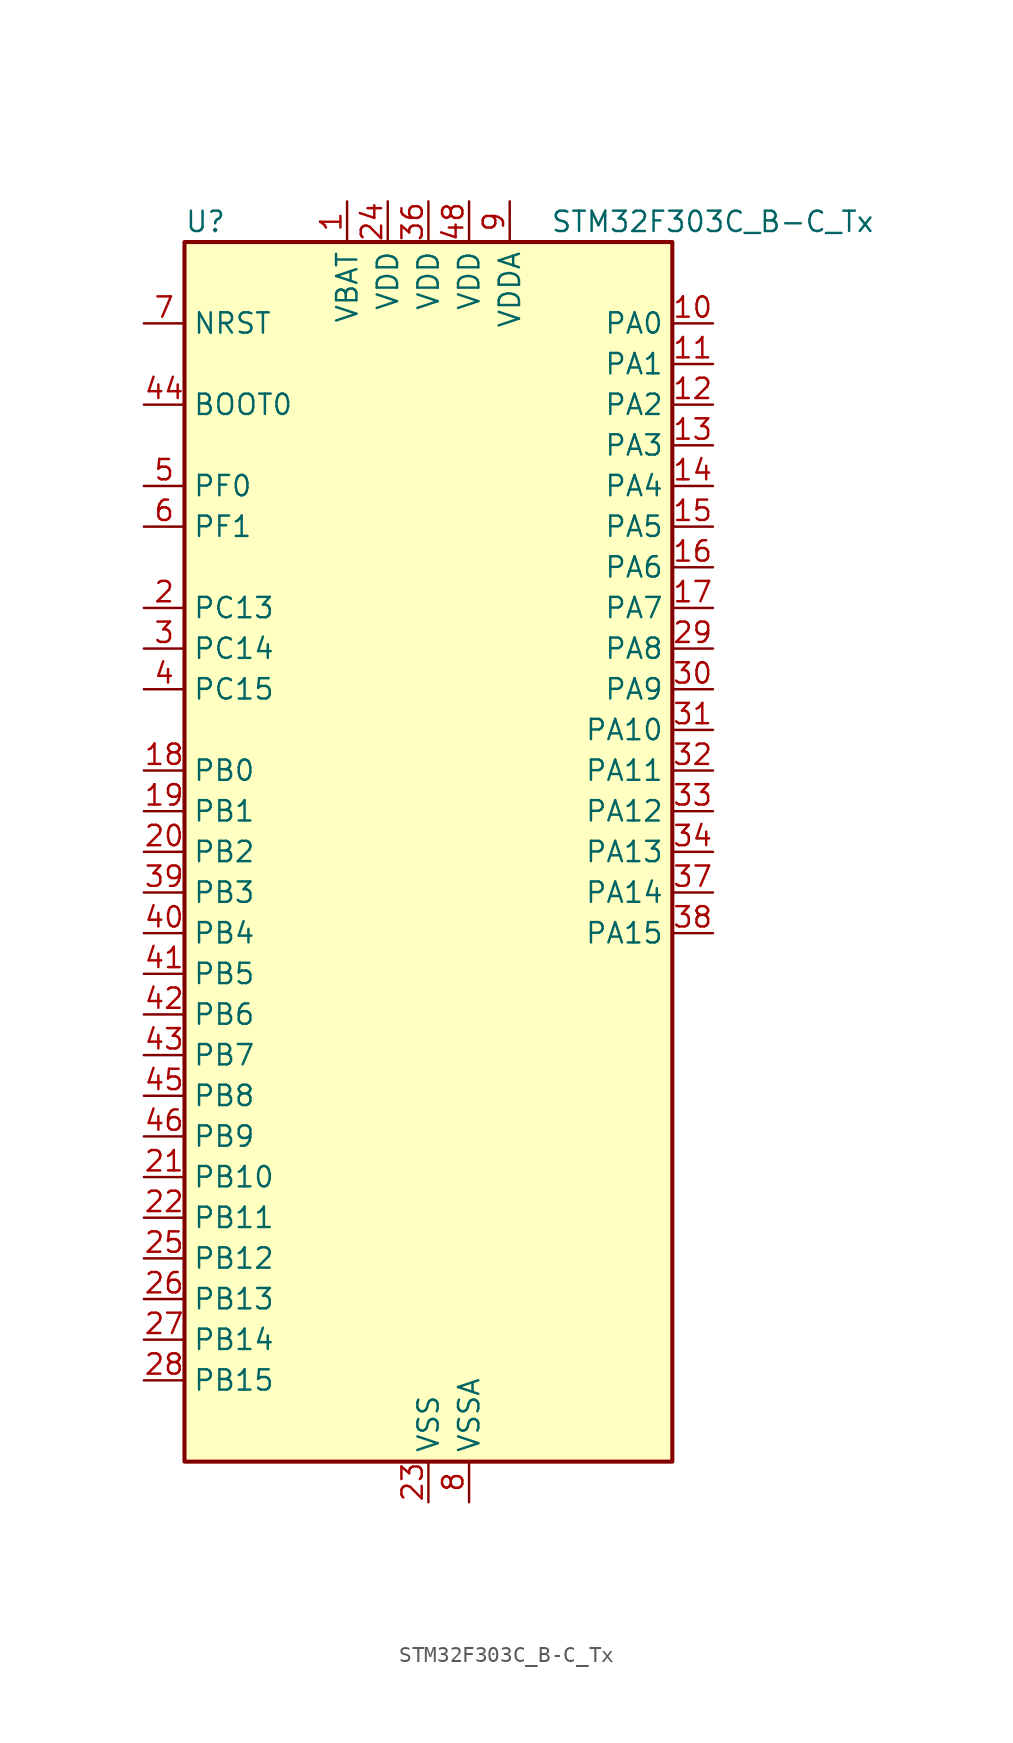
<source format=kicad_sym>
(kicad_symbol_lib
  (version 20241209)
  (generator "kicad_symbol_editor")
  (generator_version "9.0")
  (symbol "STM32F303C_B-C_Tx"
    (property "Reference" "U"
      (at -15.24 39.37 0)
      (effects (font (size 1.27 1.27)) (justify left)))
    (property "Value" "STM32F303C_B-C_Tx"
      (at 7.62 39.37 0)
      (effects (font (size 1.27 1.27)) (justify left)))
    (symbol "STM32F303C_B-C_Tx_0_1"
      (rectangle (start -15.24 -38.1) (end 15.24 38.1) (stroke (width 0.254) (type default)) (fill (type background))))
    (symbol "STM32F303C_B-C_Tx_1_1"
      (pin input line (at -17.78 33.02 0) (length 2.54) (name "NRST" (effects (font (size 1.27 1.27)))) (number "7" (effects (font (size 1.27 1.27)))))
      (pin input line (at -17.78 27.94 0) (length 2.54) (name "BOOT0" (effects (font (size 1.27 1.27)))) (number "44" (effects (font (size 1.27 1.27)))))
      (pin bidirectional line (at -17.78 22.86 0) (length 2.54) (name "PF0" (effects (font (size 1.27 1.27)))) (number "5" (effects (font (size 1.27 1.27)))) (alternate "I2C2_SDA" bidirectional line) (alternate "RCC_OSC_IN" bidirectional line) (alternate "TIM1_CH3N" bidirectional line))
      (pin bidirectional line (at -17.78 20.32 0) (length 2.54) (name "PF1" (effects (font (size 1.27 1.27)))) (number "6" (effects (font (size 1.27 1.27)))) (alternate "I2C2_SCL" bidirectional line) (alternate "RCC_OSC_OUT" bidirectional line))
      (pin bidirectional line (at -17.78 15.24 0) (length 2.54) (name "PC13" (effects (font (size 1.27 1.27)))) (number "2" (effects (font (size 1.27 1.27)))) (alternate "RTC_OUT_ALARM" bidirectional line) (alternate "RTC_OUT_CALIB" bidirectional line) (alternate "RTC_TAMP1" bidirectional line) (alternate "RTC_TS" bidirectional line) (alternate "SYS_WKUP2" bidirectional line) (alternate "TIM1_CH1N" bidirectional line))
      (pin bidirectional line (at -17.78 12.7 0) (length 2.54) (name "PC14" (effects (font (size 1.27 1.27)))) (number "3" (effects (font (size 1.27 1.27)))) (alternate "RCC_OSC32_IN" bidirectional line))
      (pin bidirectional line (at -17.78 10.16 0) (length 2.54) (name "PC15" (effects (font (size 1.27 1.27)))) (number "4" (effects (font (size 1.27 1.27)))) (alternate "ADC1_EXTI15" bidirectional line) (alternate "ADC2_EXTI15" bidirectional line) (alternate "RCC_OSC32_OUT" bidirectional line))
      (pin bidirectional line (at -17.78 5.08 0) (length 2.54) (name "PB0" (effects (font (size 1.27 1.27)))) (number "18" (effects (font (size 1.27 1.27)))) (alternate "ADC3_IN12" bidirectional line) (alternate "COMP4_INP" bidirectional line) (alternate "OPAMP2_VINP" bidirectional line) (alternate "OPAMP2_VINP_SEC" bidirectional line) (alternate "OPAMP3_VINP" bidirectional line) (alternate "OPAMP3_VINP_SEC" bidirectional line) (alternate "TIM1_CH2N" bidirectional line) (alternate "TIM3_CH3" bidirectional line) (alternate "TIM8_CH2N" bidirectional line) (alternate "TSC_G3_IO2" bidirectional line))
      (pin bidirectional line (at -17.78 2.54 0) (length 2.54) (name "PB1" (effects (font (size 1.27 1.27)))) (number "19" (effects (font (size 1.27 1.27)))) (alternate "ADC3_IN1" bidirectional line) (alternate "COMP4_OUT" bidirectional line) (alternate "OPAMP3_VOUT" bidirectional line) (alternate "TIM1_CH3N" bidirectional line) (alternate "TIM3_CH4" bidirectional line) (alternate "TIM8_CH3N" bidirectional line) (alternate "TSC_G3_IO3" bidirectional line))
      (pin bidirectional line (at -17.78 0 0) (length 2.54) (name "PB2" (effects (font (size 1.27 1.27)))) (number "20" (effects (font (size 1.27 1.27)))) (alternate "ADC2_IN12" bidirectional line) (alternate "ADC3_EXTI2" bidirectional line) (alternate "ADC4_EXTI2" bidirectional line) (alternate "COMP4_INM" bidirectional line) (alternate "OPAMP3_VINM" bidirectional line) (alternate "OPAMP3_VINM_SEC" bidirectional line) (alternate "TSC_G3_IO4" bidirectional line))
      (pin bidirectional line (at -17.78 -2.54 0) (length 2.54) (name "PB3" (effects (font (size 1.27 1.27)))) (number "39" (effects (font (size 1.27 1.27)))) (alternate "I2S3_CK" bidirectional line) (alternate "SPI1_SCK" bidirectional line) (alternate "SPI3_SCK" bidirectional line) (alternate "SYS_JTDO-TRACESWO" bidirectional line) (alternate "TIM2_CH2" bidirectional line) (alternate "TIM3_ETR" bidirectional line) (alternate "TIM4_ETR" bidirectional line) (alternate "TIM8_CH1N" bidirectional line) (alternate "TSC_G5_IO1" bidirectional line) (alternate "USART2_TX" bidirectional line))
      (pin bidirectional line (at -17.78 -5.08 0) (length 2.54) (name "PB4" (effects (font (size 1.27 1.27)))) (number "40" (effects (font (size 1.27 1.27)))) (alternate "I2S3_ext_SD" bidirectional line) (alternate "SPI1_MISO" bidirectional line) (alternate "SPI3_MISO" bidirectional line) (alternate "SYS_NJTRST" bidirectional line) (alternate "TIM16_CH1" bidirectional line) (alternate "TIM17_BKIN" bidirectional line) (alternate "TIM3_CH1" bidirectional line) (alternate "TIM8_CH2N" bidirectional line) (alternate "TSC_G5_IO2" bidirectional line) (alternate "USART2_RX" bidirectional line))
      (pin bidirectional line (at -17.78 -7.62 0) (length 2.54) (name "PB5" (effects (font (size 1.27 1.27)))) (number "41" (effects (font (size 1.27 1.27)))) (alternate "I2C1_SMBA" bidirectional line) (alternate "I2S3_SD" bidirectional line) (alternate "SPI1_MOSI" bidirectional line) (alternate "SPI3_MOSI" bidirectional line) (alternate "TIM16_BKIN" bidirectional line) (alternate "TIM17_CH1" bidirectional line) (alternate "TIM3_CH2" bidirectional line) (alternate "TIM8_CH3N" bidirectional line) (alternate "USART2_CK" bidirectional line))
      (pin bidirectional line (at -17.78 -10.16 0) (length 2.54) (name "PB6" (effects (font (size 1.27 1.27)))) (number "42" (effects (font (size 1.27 1.27)))) (alternate "I2C1_SCL" bidirectional line) (alternate "TIM16_CH1N" bidirectional line) (alternate "TIM4_CH1" bidirectional line) (alternate "TIM8_BKIN2" bidirectional line) (alternate "TIM8_CH1" bidirectional line) (alternate "TIM8_ETR" bidirectional line) (alternate "TSC_G5_IO3" bidirectional line) (alternate "USART1_TX" bidirectional line))
      (pin bidirectional line (at -17.78 -12.7 0) (length 2.54) (name "PB7" (effects (font (size 1.27 1.27)))) (number "43" (effects (font (size 1.27 1.27)))) (alternate "I2C1_SDA" bidirectional line) (alternate "TIM17_CH1N" bidirectional line) (alternate "TIM3_CH4" bidirectional line) (alternate "TIM4_CH2" bidirectional line) (alternate "TIM8_BKIN" bidirectional line) (alternate "TSC_G5_IO4" bidirectional line) (alternate "USART1_RX" bidirectional line))
      (pin bidirectional line (at -17.78 -15.24 0) (length 2.54) (name "PB8" (effects (font (size 1.27 1.27)))) (number "45" (effects (font (size 1.27 1.27)))) (alternate "CAN_RX" bidirectional line) (alternate "COMP1_OUT" bidirectional line) (alternate "I2C1_SCL" bidirectional line) (alternate "TIM16_CH1" bidirectional line) (alternate "TIM1_BKIN" bidirectional line) (alternate "TIM4_CH3" bidirectional line) (alternate "TIM8_CH2" bidirectional line) (alternate "TSC_SYNC" bidirectional line))
      (pin bidirectional line (at -17.78 -17.78 0) (length 2.54) (name "PB9" (effects (font (size 1.27 1.27)))) (number "46" (effects (font (size 1.27 1.27)))) (alternate "CAN_TX" bidirectional line) (alternate "COMP2_OUT" bidirectional line) (alternate "DAC_EXTI9" bidirectional line) (alternate "I2C1_SDA" bidirectional line) (alternate "IR_OUT" bidirectional line) (alternate "TIM17_CH1" bidirectional line) (alternate "TIM4_CH4" bidirectional line) (alternate "TIM8_CH3" bidirectional line))
      (pin bidirectional line (at -17.78 -20.32 0) (length 2.54) (name "PB10" (effects (font (size 1.27 1.27)))) (number "21" (effects (font (size 1.27 1.27)))) (alternate "COMP5_INM" bidirectional line) (alternate "OPAMP3_VINM" bidirectional line) (alternate "OPAMP3_VINM_SEC" bidirectional line) (alternate "OPAMP4_VINM" bidirectional line) (alternate "OPAMP4_VINM_SEC" bidirectional line) (alternate "TIM2_CH3" bidirectional line) (alternate "TSC_SYNC" bidirectional line) (alternate "USART3_TX" bidirectional line))
      (pin bidirectional line (at -17.78 -22.86 0) (length 2.54) (name "PB11" (effects (font (size 1.27 1.27)))) (number "22" (effects (font (size 1.27 1.27)))) (alternate "ADC1_EXTI11" bidirectional line) (alternate "ADC2_EXTI11" bidirectional line) (alternate "COMP6_INP" bidirectional line) (alternate "OPAMP4_VINP" bidirectional line) (alternate "OPAMP4_VINP_SEC" bidirectional line) (alternate "TIM2_CH4" bidirectional line) (alternate "TSC_G6_IO1" bidirectional line) (alternate "USART3_RX" bidirectional line))
      (pin bidirectional line (at -17.78 -25.4 0) (length 2.54) (name "PB12" (effects (font (size 1.27 1.27)))) (number "25" (effects (font (size 1.27 1.27)))) (alternate "ADC4_IN3" bidirectional line) (alternate "COMP3_INM" bidirectional line) (alternate "I2C2_SMBA" bidirectional line) (alternate "I2S2_WS" bidirectional line) (alternate "OPAMP4_VOUT" bidirectional line) (alternate "SPI2_NSS" bidirectional line) (alternate "TIM1_BKIN" bidirectional line) (alternate "TSC_G6_IO2" bidirectional line) (alternate "USART3_CK" bidirectional line))
      (pin bidirectional line (at -17.78 -27.94 0) (length 2.54) (name "PB13" (effects (font (size 1.27 1.27)))) (number "26" (effects (font (size 1.27 1.27)))) (alternate "ADC3_IN5" bidirectional line) (alternate "COMP5_INP" bidirectional line) (alternate "I2S2_CK" bidirectional line) (alternate "OPAMP3_VINP" bidirectional line) (alternate "OPAMP3_VINP_SEC" bidirectional line) (alternate "OPAMP4_VINP" bidirectional line) (alternate "OPAMP4_VINP_SEC" bidirectional line) (alternate "SPI2_SCK" bidirectional line) (alternate "TIM1_CH1N" bidirectional line) (alternate "TSC_G6_IO3" bidirectional line) (alternate "USART3_CTS" bidirectional line))
      (pin bidirectional line (at -17.78 -30.48 0) (length 2.54) (name "PB14" (effects (font (size 1.27 1.27)))) (number "27" (effects (font (size 1.27 1.27)))) (alternate "ADC4_IN4" bidirectional line) (alternate "COMP3_INP" bidirectional line) (alternate "I2S2_ext_SD" bidirectional line) (alternate "OPAMP2_VINP" bidirectional line) (alternate "OPAMP2_VINP_SEC" bidirectional line) (alternate "SPI2_MISO" bidirectional line) (alternate "TIM15_CH1" bidirectional line) (alternate "TIM1_CH2N" bidirectional line) (alternate "TSC_G6_IO4" bidirectional line) (alternate "USART3_DE" bidirectional line) (alternate "USART3_RTS" bidirectional line))
      (pin bidirectional line (at -17.78 -33.02 0) (length 2.54) (name "PB15" (effects (font (size 1.27 1.27)))) (number "28" (effects (font (size 1.27 1.27)))) (alternate "ADC1_EXTI15" bidirectional line) (alternate "ADC2_EXTI15" bidirectional line) (alternate "ADC4_IN5" bidirectional line) (alternate "COMP6_INM" bidirectional line) (alternate "I2S2_SD" bidirectional line) (alternate "RTC_REFIN" bidirectional line) (alternate "SPI2_MOSI" bidirectional line) (alternate "TIM15_CH1N" bidirectional line) (alternate "TIM15_CH2" bidirectional line) (alternate "TIM1_CH3N" bidirectional line))
      (pin power_in line (at -5.08 40.64 270) (length 2.54) (name "VBAT" (effects (font (size 1.27 1.27)))) (number "1" (effects (font (size 1.27 1.27)))))
      (pin power_in line (at -2.54 40.64 270) (length 2.54) (name "VDD" (effects (font (size 1.27 1.27)))) (number "24" (effects (font (size 1.27 1.27)))))
      (pin power_in line (at 0 40.64 270) (length 2.54) (name "VDD" (effects (font (size 1.27 1.27)))) (number "36" (effects (font (size 1.27 1.27)))))
      (pin power_in line (at 0 -40.64 90) (length 2.54) (name "VSS" (effects (font (size 1.27 1.27)))) (number "23" (effects (font (size 1.27 1.27)))))
      (pin passive line (at 0 -40.64 90) (length 2.54) (hide yes) (name "VSS" (effects (font (size 1.27 1.27)))) (number "35" (effects (font (size 1.27 1.27)))))
      (pin passive line (at 0 -40.64 90) (length 2.54) (hide yes) (name "VSS" (effects (font (size 1.27 1.27)))) (number "47" (effects (font (size 1.27 1.27)))))
      (pin power_in line (at 2.54 40.64 270) (length 2.54) (name "VDD" (effects (font (size 1.27 1.27)))) (number "48" (effects (font (size 1.27 1.27)))))
      (pin power_in line (at 2.54 -40.64 90) (length 2.54) (name "VSSA" (effects (font (size 1.27 1.27)))) (number "8" (effects (font (size 1.27 1.27)))))
      (pin power_in line (at 5.08 40.64 270) (length 2.54) (name "VDDA" (effects (font (size 1.27 1.27)))) (number "9" (effects (font (size 1.27 1.27)))))
      (pin bidirectional line (at 17.78 33.02 180) (length 2.54) (name "PA0" (effects (font (size 1.27 1.27)))) (number "10" (effects (font (size 1.27 1.27)))) (alternate "ADC1_IN1" bidirectional line) (alternate "COMP1_INM" bidirectional line) (alternate "COMP1_OUT" bidirectional line) (alternate "COMP7_INP" bidirectional line) (alternate "RTC_TAMP2" bidirectional line) (alternate "SYS_WKUP1" bidirectional line) (alternate "TIM2_CH1" bidirectional line) (alternate "TIM2_ETR" bidirectional line) (alternate "TIM8_BKIN" bidirectional line) (alternate "TIM8_ETR" bidirectional line) (alternate "TSC_G1_IO1" bidirectional line) (alternate "USART2_CTS" bidirectional line))
      (pin bidirectional line (at 17.78 30.48 180) (length 2.54) (name "PA1" (effects (font (size 1.27 1.27)))) (number "11" (effects (font (size 1.27 1.27)))) (alternate "ADC1_IN2" bidirectional line) (alternate "COMP1_INP" bidirectional line) (alternate "OPAMP1_VINP" bidirectional line) (alternate "OPAMP1_VINP_SEC" bidirectional line) (alternate "OPAMP3_VINP" bidirectional line) (alternate "OPAMP3_VINP_SEC" bidirectional line) (alternate "RTC_REFIN" bidirectional line) (alternate "TIM15_CH1N" bidirectional line) (alternate "TIM2_CH2" bidirectional line) (alternate "TSC_G1_IO2" bidirectional line) (alternate "USART2_DE" bidirectional line) (alternate "USART2_RTS" bidirectional line))
      (pin bidirectional line (at 17.78 27.94 180) (length 2.54) (name "PA2" (effects (font (size 1.27 1.27)))) (number "12" (effects (font (size 1.27 1.27)))) (alternate "ADC1_IN3" bidirectional line) (alternate "ADC3_EXTI2" bidirectional line) (alternate "ADC4_EXTI2" bidirectional line) (alternate "COMP2_INM" bidirectional line) (alternate "COMP2_OUT" bidirectional line) (alternate "OPAMP1_VOUT" bidirectional line) (alternate "TIM15_CH1" bidirectional line) (alternate "TIM2_CH3" bidirectional line) (alternate "TSC_G1_IO3" bidirectional line) (alternate "USART2_TX" bidirectional line))
      (pin bidirectional line (at 17.78 25.4 180) (length 2.54) (name "PA3" (effects (font (size 1.27 1.27)))) (number "13" (effects (font (size 1.27 1.27)))) (alternate "ADC1_IN4" bidirectional line) (alternate "COMP2_INP" bidirectional line) (alternate "OPAMP1_VINM" bidirectional line) (alternate "OPAMP1_VINM_SEC" bidirectional line) (alternate "OPAMP1_VINP" bidirectional line) (alternate "OPAMP1_VINP_SEC" bidirectional line) (alternate "TIM15_CH2" bidirectional line) (alternate "TIM2_CH4" bidirectional line) (alternate "TSC_G1_IO4" bidirectional line) (alternate "USART2_RX" bidirectional line))
      (pin bidirectional line (at 17.78 22.86 180) (length 2.54) (name "PA4" (effects (font (size 1.27 1.27)))) (number "14" (effects (font (size 1.27 1.27)))) (alternate "ADC2_IN1" bidirectional line) (alternate "COMP1_INM" bidirectional line) (alternate "COMP2_INM" bidirectional line) (alternate "COMP3_INM" bidirectional line) (alternate "COMP4_INM" bidirectional line) (alternate "COMP5_INM" bidirectional line) (alternate "COMP6_INM" bidirectional line) (alternate "COMP7_INM" bidirectional line) (alternate "DAC_OUT1" bidirectional line) (alternate "I2S3_WS" bidirectional line) (alternate "OPAMP4_VINP" bidirectional line) (alternate "OPAMP4_VINP_SEC" bidirectional line) (alternate "SPI1_NSS" bidirectional line) (alternate "SPI3_NSS" bidirectional line) (alternate "TIM3_CH2" bidirectional line) (alternate "TSC_G2_IO1" bidirectional line) (alternate "USART2_CK" bidirectional line))
      (pin bidirectional line (at 17.78 20.32 180) (length 2.54) (name "PA5" (effects (font (size 1.27 1.27)))) (number "15" (effects (font (size 1.27 1.27)))) (alternate "ADC2_IN2" bidirectional line) (alternate "COMP1_INM" bidirectional line) (alternate "COMP2_INM" bidirectional line) (alternate "COMP3_INM" bidirectional line) (alternate "COMP4_INM" bidirectional line) (alternate "COMP5_INM" bidirectional line) (alternate "COMP6_INM" bidirectional line) (alternate "COMP7_INM" bidirectional line) (alternate "DAC_OUT2" bidirectional line) (alternate "OPAMP1_VINP" bidirectional line) (alternate "OPAMP1_VINP_SEC" bidirectional line) (alternate "OPAMP2_VINM" bidirectional line) (alternate "OPAMP2_VINM_SEC" bidirectional line) (alternate "OPAMP3_VINP" bidirectional line) (alternate "OPAMP3_VINP_SEC" bidirectional line) (alternate "SPI1_SCK" bidirectional line) (alternate "TIM2_CH1" bidirectional line) (alternate "TIM2_ETR" bidirectional line) (alternate "TSC_G2_IO2" bidirectional line))
      (pin bidirectional line (at 17.78 17.78 180) (length 2.54) (name "PA6" (effects (font (size 1.27 1.27)))) (number "16" (effects (font (size 1.27 1.27)))) (alternate "ADC2_IN3" bidirectional line) (alternate "COMP1_OUT" bidirectional line) (alternate "OPAMP2_VOUT" bidirectional line) (alternate "SPI1_MISO" bidirectional line) (alternate "TIM16_CH1" bidirectional line) (alternate "TIM1_BKIN" bidirectional line) (alternate "TIM3_CH1" bidirectional line) (alternate "TIM8_BKIN" bidirectional line) (alternate "TSC_G2_IO3" bidirectional line))
      (pin bidirectional line (at 17.78 15.24 180) (length 2.54) (name "PA7" (effects (font (size 1.27 1.27)))) (number "17" (effects (font (size 1.27 1.27)))) (alternate "ADC2_IN4" bidirectional line) (alternate "COMP2_INP" bidirectional line) (alternate "COMP2_OUT" bidirectional line) (alternate "OPAMP1_VINP" bidirectional line) (alternate "OPAMP1_VINP_SEC" bidirectional line) (alternate "OPAMP2_VINP" bidirectional line) (alternate "OPAMP2_VINP_SEC" bidirectional line) (alternate "SPI1_MOSI" bidirectional line) (alternate "TIM17_CH1" bidirectional line) (alternate "TIM1_CH1N" bidirectional line) (alternate "TIM3_CH2" bidirectional line) (alternate "TIM8_CH1N" bidirectional line) (alternate "TSC_G2_IO4" bidirectional line))
      (pin bidirectional line (at 17.78 12.7 180) (length 2.54) (name "PA8" (effects (font (size 1.27 1.27)))) (number "29" (effects (font (size 1.27 1.27)))) (alternate "COMP3_OUT" bidirectional line) (alternate "I2C2_SMBA" bidirectional line) (alternate "I2S2_MCK" bidirectional line) (alternate "RCC_MCO" bidirectional line) (alternate "TIM1_CH1" bidirectional line) (alternate "TIM4_ETR" bidirectional line) (alternate "USART1_CK" bidirectional line))
      (pin bidirectional line (at 17.78 10.16 180) (length 2.54) (name "PA9" (effects (font (size 1.27 1.27)))) (number "30" (effects (font (size 1.27 1.27)))) (alternate "COMP5_OUT" bidirectional line) (alternate "DAC_EXTI9" bidirectional line) (alternate "I2C2_SCL" bidirectional line) (alternate "I2S3_MCK" bidirectional line) (alternate "TIM15_BKIN" bidirectional line) (alternate "TIM1_CH2" bidirectional line) (alternate "TIM2_CH3" bidirectional line) (alternate "TSC_G4_IO1" bidirectional line) (alternate "USART1_TX" bidirectional line))
      (pin bidirectional line (at 17.78 7.62 180) (length 2.54) (name "PA10" (effects (font (size 1.27 1.27)))) (number "31" (effects (font (size 1.27 1.27)))) (alternate "COMP6_OUT" bidirectional line) (alternate "I2C2_SDA" bidirectional line) (alternate "TIM17_BKIN" bidirectional line) (alternate "TIM1_CH3" bidirectional line) (alternate "TIM2_CH4" bidirectional line) (alternate "TIM8_BKIN" bidirectional line) (alternate "TSC_G4_IO2" bidirectional line) (alternate "USART1_RX" bidirectional line))
      (pin bidirectional line (at 17.78 5.08 180) (length 2.54) (name "PA11" (effects (font (size 1.27 1.27)))) (number "32" (effects (font (size 1.27 1.27)))) (alternate "ADC1_EXTI11" bidirectional line) (alternate "ADC2_EXTI11" bidirectional line) (alternate "CAN_RX" bidirectional line) (alternate "COMP1_OUT" bidirectional line) (alternate "TIM1_BKIN2" bidirectional line) (alternate "TIM1_CH1N" bidirectional line) (alternate "TIM1_CH4" bidirectional line) (alternate "TIM4_CH1" bidirectional line) (alternate "USART1_CTS" bidirectional line) (alternate "USB_DM" bidirectional line))
      (pin bidirectional line (at 17.78 2.54 180) (length 2.54) (name "PA12" (effects (font (size 1.27 1.27)))) (number "33" (effects (font (size 1.27 1.27)))) (alternate "CAN_TX" bidirectional line) (alternate "COMP2_OUT" bidirectional line) (alternate "TIM16_CH1" bidirectional line) (alternate "TIM1_CH2N" bidirectional line) (alternate "TIM1_ETR" bidirectional line) (alternate "TIM4_CH2" bidirectional line) (alternate "USART1_DE" bidirectional line) (alternate "USART1_RTS" bidirectional line) (alternate "USB_DP" bidirectional line))
      (pin bidirectional line (at 17.78 0 180) (length 2.54) (name "PA13" (effects (font (size 1.27 1.27)))) (number "34" (effects (font (size 1.27 1.27)))) (alternate "IR_OUT" bidirectional line) (alternate "SYS_JTMS-SWDIO" bidirectional line) (alternate "TIM16_CH1N" bidirectional line) (alternate "TIM4_CH3" bidirectional line) (alternate "TSC_G4_IO3" bidirectional line) (alternate "USART3_CTS" bidirectional line))
      (pin bidirectional line (at 17.78 -2.54 180) (length 2.54) (name "PA14" (effects (font (size 1.27 1.27)))) (number "37" (effects (font (size 1.27 1.27)))) (alternate "I2C1_SDA" bidirectional line) (alternate "SYS_JTCK-SWCLK" bidirectional line) (alternate "TIM1_BKIN" bidirectional line) (alternate "TIM8_CH2" bidirectional line) (alternate "TSC_G4_IO4" bidirectional line) (alternate "USART2_TX" bidirectional line))
      (pin bidirectional line (at 17.78 -5.08 180) (length 2.54) (name "PA15" (effects (font (size 1.27 1.27)))) (number "38" (effects (font (size 1.27 1.27)))) (alternate "ADC1_EXTI15" bidirectional line) (alternate "ADC2_EXTI15" bidirectional line) (alternate "I2C1_SCL" bidirectional line) (alternate "I2S3_WS" bidirectional line) (alternate "SPI1_NSS" bidirectional line) (alternate "SPI3_NSS" bidirectional line) (alternate "SYS_JTDI" bidirectional line) (alternate "TIM1_BKIN" bidirectional line) (alternate "TIM2_CH1" bidirectional line) (alternate "TIM2_ETR" bidirectional line) (alternate "TIM8_CH1" bidirectional line) (alternate "USART2_RX" bidirectional line)))))
</source>
